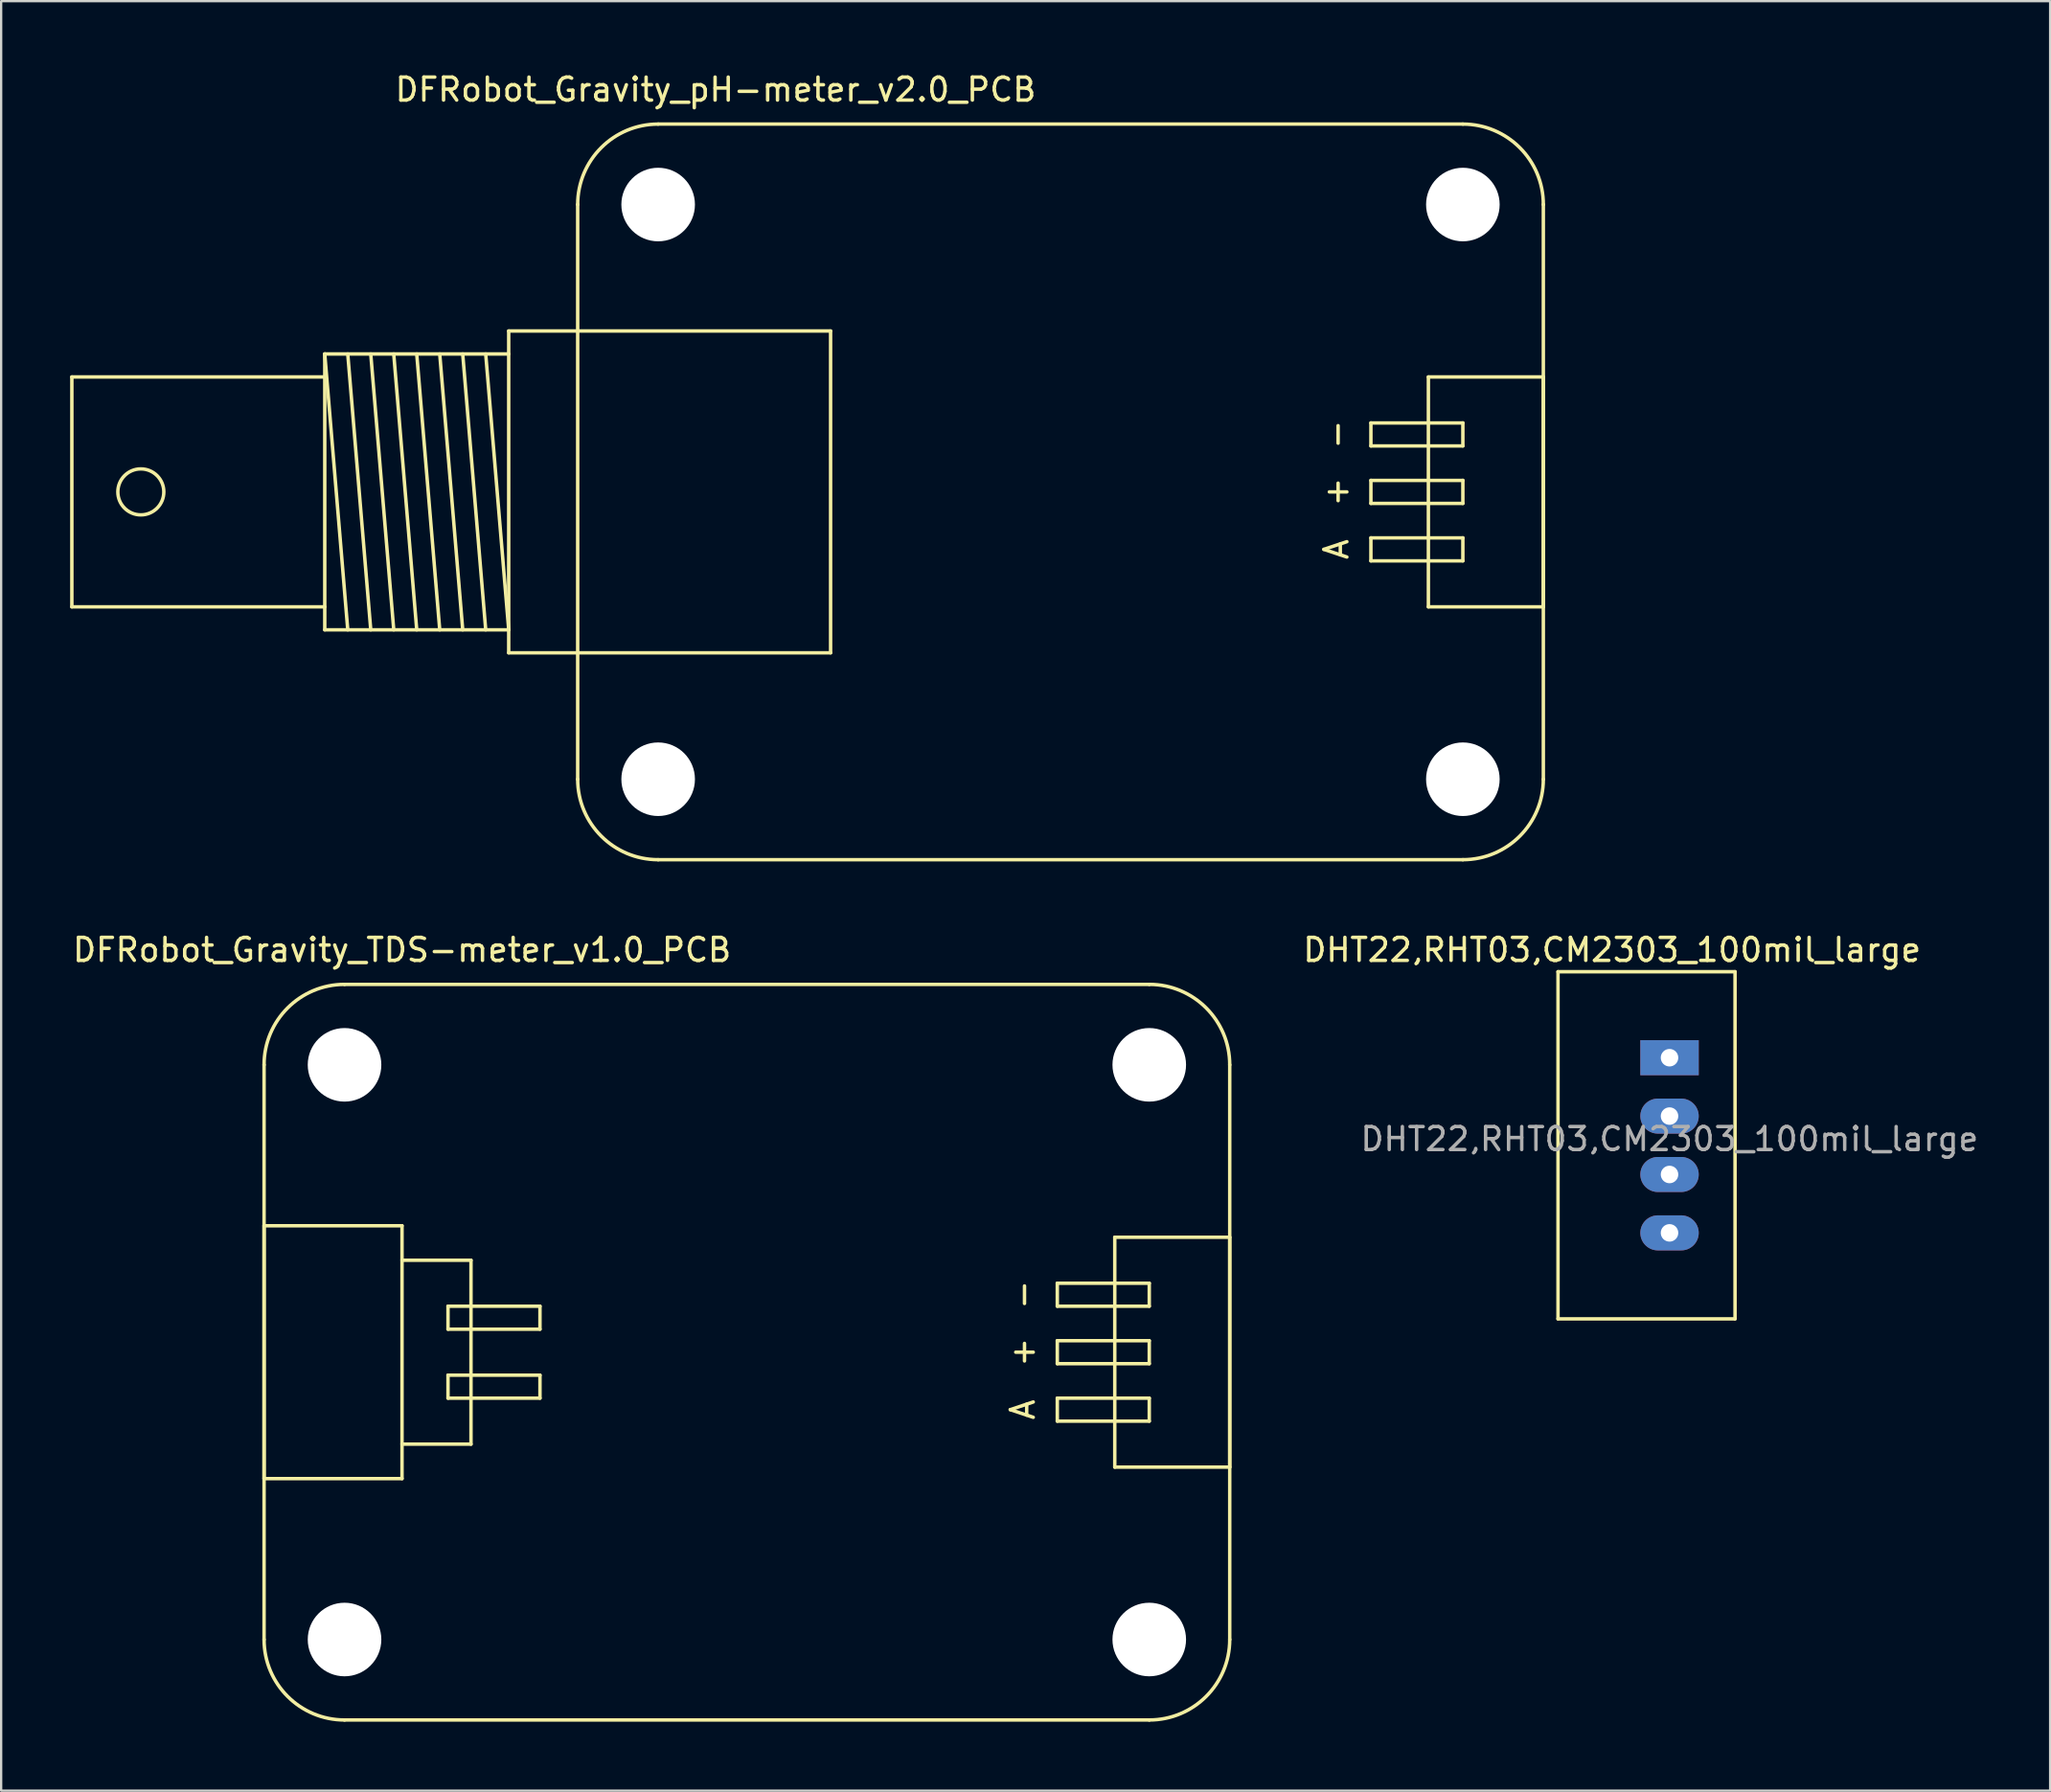
<source format=kicad_pcb>
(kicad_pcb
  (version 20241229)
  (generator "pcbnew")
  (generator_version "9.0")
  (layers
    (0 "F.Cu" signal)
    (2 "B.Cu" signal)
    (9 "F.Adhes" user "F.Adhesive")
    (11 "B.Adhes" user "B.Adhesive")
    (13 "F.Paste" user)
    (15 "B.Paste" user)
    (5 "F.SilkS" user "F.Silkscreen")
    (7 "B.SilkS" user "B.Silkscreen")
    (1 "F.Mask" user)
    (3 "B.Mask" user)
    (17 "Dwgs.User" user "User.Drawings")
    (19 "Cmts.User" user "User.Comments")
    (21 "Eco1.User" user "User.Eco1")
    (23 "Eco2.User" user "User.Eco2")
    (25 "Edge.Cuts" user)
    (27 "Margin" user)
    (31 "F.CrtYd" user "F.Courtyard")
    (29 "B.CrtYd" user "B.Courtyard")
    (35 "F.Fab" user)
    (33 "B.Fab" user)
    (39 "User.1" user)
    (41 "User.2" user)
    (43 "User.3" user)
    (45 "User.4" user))
  (footprint "DFRobot_Gravity_TDS-meter_v1.0_PCB"
    (layer "F.Cu")
    (at 8.435 55.772)
    (property "Reference" "DFRobot_Gravity_TDS-meter_v1.0_PCB" (at 6 -17.5 0) (layer "F.SilkS") (effects (font (size 1 1) (thickness 0.15))))
    (attr through_hole)
    (fp_line (start 0 -5.5) (end 0 5.5) (stroke (width 0.15) (type solid)) (layer "F.SilkS"))
    (fp_line (start 0 5.5) (end 6 5.5) (stroke (width 0.15) (type solid)) (layer "F.SilkS"))
    (fp_line (start 0 12.5) (end 0 -12.5) (stroke (width 0.15) (type solid)) (layer "F.SilkS"))
    (fp_line (start 3.5 -16) (end 38.5 -16) (stroke (width 0.15) (type solid)) (layer "F.SilkS"))
    (fp_line (start 6 -5.5) (end 0 -5.5) (stroke (width 0.15) (type solid)) (layer "F.SilkS"))
    (fp_line (start 6 4) (end 9 4) (stroke (width 0.15) (type solid)) (layer "F.SilkS"))
    (fp_line (start 6 5.5) (end 6 -5.5) (stroke (width 0.15) (type solid)) (layer "F.SilkS"))
    (fp_line (start 8 -2) (end 12 -2) (stroke (width 0.15) (type solid)) (layer "F.SilkS"))
    (fp_line (start 8 -1) (end 8 -2) (stroke (width 0.15) (type solid)) (layer "F.SilkS"))
    (fp_line (start 8 1) (end 12 1) (stroke (width 0.15) (type solid)) (layer "F.SilkS"))
    (fp_line (start 8 2) (end 8 1) (stroke (width 0.15) (type solid)) (layer "F.SilkS"))
    (fp_line (start 9 -4) (end 6 -4) (stroke (width 0.15) (type solid)) (layer "F.SilkS"))
    (fp_line (start 9 4) (end 9 -4) (stroke (width 0.15) (type solid)) (layer "F.SilkS"))
    (fp_line (start 12 -2) (end 12 -1) (stroke (width 0.15) (type solid)) (layer "F.SilkS"))
    (fp_line (start 12 -1) (end 8 -1) (stroke (width 0.15) (type solid)) (layer "F.SilkS"))
    (fp_line (start 12 1) (end 12 2) (stroke (width 0.15) (type solid)) (layer "F.SilkS"))
    (fp_line (start 12 2) (end 8 2) (stroke (width 0.15) (type solid)) (layer "F.SilkS"))
    (fp_line (start 34.5 -3) (end 38.5 -3) (stroke (width 0.15) (type solid)) (layer "F.SilkS"))
    (fp_line (start 34.5 -2) (end 34.5 -3) (stroke (width 0.15) (type solid)) (layer "F.SilkS"))
    (fp_line (start 34.5 -0.5) (end 38.5 -0.5) (stroke (width 0.15) (type solid)) (layer "F.SilkS"))
    (fp_line (start 34.5 0.5) (end 34.5 -0.5) (stroke (width 0.15) (type solid)) (layer "F.SilkS"))
    (fp_line (start 34.5 2) (end 38.5 2) (stroke (width 0.15) (type solid)) (layer "F.SilkS"))
    (fp_line (start 34.5 3) (end 34.5 2) (stroke (width 0.15) (type solid)) (layer "F.SilkS"))
    (fp_line (start 37 -5) (end 37 5) (stroke (width 0.15) (type solid)) (layer "F.SilkS"))
    (fp_line (start 37 5) (end 42 5) (stroke (width 0.15) (type solid)) (layer "F.SilkS"))
    (fp_line (start 38.5 -3) (end 38.5 -2) (stroke (width 0.15) (type solid)) (layer "F.SilkS"))
    (fp_line (start 38.5 -2) (end 34.5 -2) (stroke (width 0.15) (type solid)) (layer "F.SilkS"))
    (fp_line (start 38.5 -0.5) (end 38.5 0.5) (stroke (width 0.15) (type solid)) (layer "F.SilkS"))
    (fp_line (start 38.5 0.5) (end 34.5 0.5) (stroke (width 0.15) (type solid)) (layer "F.SilkS"))
    (fp_line (start 38.5 2) (end 38.5 3) (stroke (width 0.15) (type solid)) (layer "F.SilkS"))
    (fp_line (start 38.5 3) (end 34.5 3) (stroke (width 0.15) (type solid)) (layer "F.SilkS"))
    (fp_line (start 38.5 16) (end 3.5 16) (stroke (width 0.15) (type solid)) (layer "F.SilkS"))
    (fp_line (start 42 -12.5) (end 42 12.5) (stroke (width 0.15) (type solid)) (layer "F.SilkS"))
    (fp_line (start 42 -5) (end 37 -5) (stroke (width 0.15) (type solid)) (layer "F.SilkS"))
    (fp_line (start 42 5) (end 42 -5) (stroke (width 0.15) (type solid)) (layer "F.SilkS"))
    (fp_arc (start 0 -12.5) (mid 1.025126 -14.974874) (end 3.5 -16) (stroke (width 0.15) (type solid)) (layer "F.SilkS"))
    (fp_arc (start 3.5 16) (mid 1.025126 14.974874) (end 0 12.5) (stroke (width 0.15) (type solid)) (layer "F.SilkS"))
    (fp_arc (start 38.5 -16) (mid 40.974874 -14.974874) (end 42 -12.5) (stroke (width 0.15) (type solid)) (layer "F.SilkS"))
    (fp_arc (start 42 12.5) (mid 40.974874 14.974874) (end 38.5 16) (stroke (width 0.15) (type solid)) (layer "F.SilkS"))
    (fp_text user "-" (at 33 -2.5 90) (layer "F.SilkS") (effects (font (size 1 1) (thickness 0.15))))
    (fp_text user "A" (at 33 2.5 90) (layer "F.SilkS") (effects (font (size 1 1) (thickness 0.15))))
    (fp_text user "+" (at 33 0 90) (layer "F.SilkS") (effects (font (size 1 1) (thickness 0.15))))
    (pad "" np_thru_hole circle (at 3.5 -12.5) (size 3.2 3.2) (drill 3.2) (layers "*.Cu" "*.Mask"))
    (pad "" np_thru_hole circle (at 3.5 12.5) (size 3.2 3.2) (drill 3.2) (layers "*.Cu" "*.Mask"))
    (pad "" np_thru_hole circle (at 38.5 -12.5) (size 3.2 3.2) (drill 3.2) (layers "*.Cu" "*.Mask"))
    (pad "" np_thru_hole circle (at 38.5 12.5) (size 3.2 3.2) (drill 3.2) (layers "*.Cu" "*.Mask")))
  (footprint "DFRobot_Gravity_pH-meter_v2.0_PCB"
    (layer "F.Cu")
    (at 22.075 18.348)
    (property "Reference" "DFRobot_Gravity_pH-meter_v2.0_PCB" (at 6 -17.5 0) (layer "F.SilkS") (effects (font (size 1 1) (thickness 0.15))))
    (attr through_hole)
    (fp_line (start -22 -5) (end -11 -5) (stroke (width 0.15) (type solid)) (layer "F.SilkS"))
    (fp_line (start -22 5) (end -22 -5) (stroke (width 0.15) (type solid)) (layer "F.SilkS"))
    (fp_line (start -11 -6) (end -10 6) (stroke (width 0.15) (type solid)) (layer "F.SilkS"))
    (fp_line (start -11 -6) (end -3 -6) (stroke (width 0.15) (type solid)) (layer "F.SilkS"))
    (fp_line (start -11 5) (end -22 5) (stroke (width 0.15) (type solid)) (layer "F.SilkS"))
    (fp_line (start -11 6) (end -11 -6) (stroke (width 0.15) (type solid)) (layer "F.SilkS"))
    (fp_line (start -10 -6) (end -9 6) (stroke (width 0.15) (type solid)) (layer "F.SilkS"))
    (fp_line (start -9 -6) (end -8 6) (stroke (width 0.15) (type solid)) (layer "F.SilkS"))
    (fp_line (start -8 -6) (end -7 6) (stroke (width 0.15) (type solid)) (layer "F.SilkS"))
    (fp_line (start -7 -6) (end -6 6) (stroke (width 0.15) (type solid)) (layer "F.SilkS"))
    (fp_line (start -6 -6) (end -5 6) (stroke (width 0.15) (type solid)) (layer "F.SilkS"))
    (fp_line (start -5 -6) (end -4 6) (stroke (width 0.15) (type solid)) (layer "F.SilkS"))
    (fp_line (start -4 -6) (end -3 6) (stroke (width 0.15) (type solid)) (layer "F.SilkS"))
    (fp_line (start -3 -7) (end -3 7) (stroke (width 0.15) (type solid)) (layer "F.SilkS"))
    (fp_line (start -3 6) (end -11 6) (stroke (width 0.15) (type solid)) (layer "F.SilkS"))
    (fp_line (start 0 12.5) (end 0 -12.5) (stroke (width 0.15) (type solid)) (layer "F.SilkS"))
    (fp_line (start 3.5 -16) (end 38.5 -16) (stroke (width 0.15) (type solid)) (layer "F.SilkS"))
    (fp_line (start 11 -7) (end -3 -7) (stroke (width 0.15) (type solid)) (layer "F.SilkS"))
    (fp_line (start 11 7) (end -3 7) (stroke (width 0.15) (type solid)) (layer "F.SilkS"))
    (fp_line (start 11 7) (end 11 -7) (stroke (width 0.15) (type solid)) (layer "F.SilkS"))
    (fp_line (start 34.5 -3) (end 38.5 -3) (stroke (width 0.15) (type solid)) (layer "F.SilkS"))
    (fp_line (start 34.5 -2) (end 34.5 -3) (stroke (width 0.15) (type solid)) (layer "F.SilkS"))
    (fp_line (start 34.5 -0.5) (end 38.5 -0.5) (stroke (width 0.15) (type solid)) (layer "F.SilkS"))
    (fp_line (start 34.5 0.5) (end 34.5 -0.5) (stroke (width 0.15) (type solid)) (layer "F.SilkS"))
    (fp_line (start 34.5 2) (end 38.5 2) (stroke (width 0.15) (type solid)) (layer "F.SilkS"))
    (fp_line (start 34.5 3) (end 34.5 2) (stroke (width 0.15) (type solid)) (layer "F.SilkS"))
    (fp_line (start 37 -5) (end 37 5) (stroke (width 0.15) (type solid)) (layer "F.SilkS"))
    (fp_line (start 37 5) (end 42 5) (stroke (width 0.15) (type solid)) (layer "F.SilkS"))
    (fp_line (start 38.5 -3) (end 38.5 -2) (stroke (width 0.15) (type solid)) (layer "F.SilkS"))
    (fp_line (start 38.5 -2) (end 34.5 -2) (stroke (width 0.15) (type solid)) (layer "F.SilkS"))
    (fp_line (start 38.5 -0.5) (end 38.5 0.5) (stroke (width 0.15) (type solid)) (layer "F.SilkS"))
    (fp_line (start 38.5 0.5) (end 34.5 0.5) (stroke (width 0.15) (type solid)) (layer "F.SilkS"))
    (fp_line (start 38.5 2) (end 38.5 3) (stroke (width 0.15) (type solid)) (layer "F.SilkS"))
    (fp_line (start 38.5 3) (end 34.5 3) (stroke (width 0.15) (type solid)) (layer "F.SilkS"))
    (fp_line (start 38.5 16) (end 3.5 16) (stroke (width 0.15) (type solid)) (layer "F.SilkS"))
    (fp_line (start 42 -12.5) (end 42 12.5) (stroke (width 0.15) (type solid)) (layer "F.SilkS"))
    (fp_line (start 42 -5) (end 37 -5) (stroke (width 0.15) (type solid)) (layer "F.SilkS"))
    (fp_line (start 42 5) (end 42 -5) (stroke (width 0.15) (type solid)) (layer "F.SilkS"))
    (fp_arc (start 0 -12.5) (mid 1.025126 -14.974874) (end 3.5 -16) (stroke (width 0.15) (type solid)) (layer "F.SilkS"))
    (fp_arc (start 3.5 16) (mid 1.025126 14.974874) (end 0 12.5) (stroke (width 0.15) (type solid)) (layer "F.SilkS"))
    (fp_arc (start 38.5 -16) (mid 40.974874 -14.974874) (end 42 -12.5) (stroke (width 0.15) (type solid)) (layer "F.SilkS"))
    (fp_arc (start 42 12.5) (mid 40.974874 14.974874) (end 38.5 16) (stroke (width 0.15) (type solid)) (layer "F.SilkS"))
    (fp_circle (center -19 0) (end -18 0) (stroke (width 0.15) (type solid)) (fill no) (layer "F.SilkS"))
    (fp_text user "+" (at 33 0 90) (layer "F.SilkS") (effects (font (size 1 1) (thickness 0.15))))
    (fp_text user "A" (at 33 2.5 90) (layer "F.SilkS") (effects (font (size 1 1) (thickness 0.15))))
    (fp_text user "-" (at 33 -2.5 90) (layer "F.SilkS") (effects (font (size 1 1) (thickness 0.15))))
    (pad "" np_thru_hole circle (at 3.5 -12.5) (size 3.2 3.2) (drill 3.2) (layers "*.Cu" "*.Mask"))
    (pad "" np_thru_hole circle (at 3.5 12.5) (size 3.2 3.2) (drill 3.2) (layers "*.Cu" "*.Mask"))
    (pad "" np_thru_hole circle (at 38.5 -12.5) (size 3.2 3.2) (drill 3.2) (layers "*.Cu" "*.Mask"))
    (pad "" np_thru_hole circle (at 38.5 12.5) (size 3.2 3.2) (drill 3.2) (layers "*.Cu" "*.Mask")))
  (footprint "DHT22,RHT03,CM2303_100mil_large"
    (layer "F.Cu")
    (at 69.563 42.962)
    (property "Reference" "DHT22,RHT03,CM2303_100mil_large" (at -2.5 -4.69 0) (layer "F.SilkS") (effects (font (size 1 1) (thickness 0.15))))
    (attr through_hole)
    (fp_line (start -4.85 -3.74) (end 2.85 -3.74) (stroke (width 0.15) (type solid)) (layer "F.SilkS"))
    (fp_line (start -4.85 11.36) (end -4.85 -3.74) (stroke (width 0.15) (type solid)) (layer "F.SilkS"))
    (fp_line (start 2.85 -3.74) (end 2.85 11.36) (stroke (width 0.15) (type solid)) (layer "F.SilkS"))
    (fp_line (start 2.85 11.36) (end -4.85 11.36) (stroke (width 0.15) (type solid)) (layer "F.SilkS"))
    (fp_text user "${REFERENCE}" (at 0 3.54 0) (layer "F.Fab") (effects (font (size 1 1) (thickness 0.15))))
    (pad "1" thru_hole rect (at 0 0) (size 2.54 1.524) (drill 0.762) (layers "*.Cu" "*.Mask"))
    (pad "2" thru_hole oval (at 0 2.54) (size 2.54 1.524) (drill 0.762) (layers "*.Cu" "*.Mask"))
    (pad "3" thru_hole oval (at 0 5.08) (size 2.54 1.524) (drill 0.762) (layers "*.Cu" "*.Mask"))
    (pad "4" thru_hole oval (at 0 7.62) (size 2.54 1.524) (drill 0.762) (layers "*.Cu" "*.Mask")))
  (gr_rect
    (start -3 -3)
    (end 86.117 74.847)
    (stroke (width 0.1) (type default))
    (fill no)
    (layer "Edge.Cuts")))
</source>
